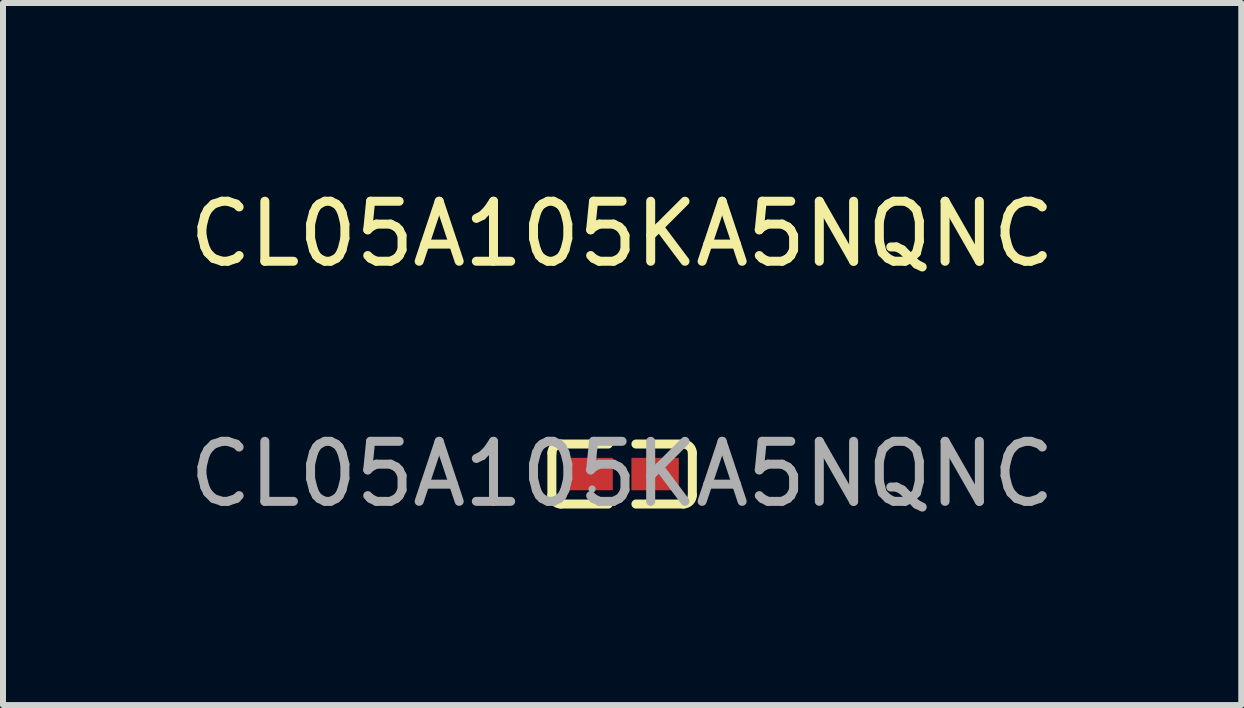
<source format=kicad_pcb>
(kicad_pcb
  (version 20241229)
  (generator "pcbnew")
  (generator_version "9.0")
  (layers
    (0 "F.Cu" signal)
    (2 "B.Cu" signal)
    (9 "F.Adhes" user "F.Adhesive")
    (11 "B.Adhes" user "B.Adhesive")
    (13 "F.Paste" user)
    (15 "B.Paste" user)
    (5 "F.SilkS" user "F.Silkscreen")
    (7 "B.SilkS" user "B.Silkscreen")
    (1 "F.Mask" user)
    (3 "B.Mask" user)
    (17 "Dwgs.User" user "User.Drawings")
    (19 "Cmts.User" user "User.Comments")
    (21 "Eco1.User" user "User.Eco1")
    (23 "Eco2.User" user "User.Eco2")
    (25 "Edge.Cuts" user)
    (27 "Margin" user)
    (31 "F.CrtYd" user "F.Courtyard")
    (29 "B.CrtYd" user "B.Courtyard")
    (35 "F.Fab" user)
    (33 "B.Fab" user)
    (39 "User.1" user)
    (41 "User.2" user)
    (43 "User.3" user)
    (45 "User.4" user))
  (footprint "CL05A105KA5NQNC"
    (layer "F.Cu")
    (at 7.315 4.848)
    (property "Reference" "CL05A105KA5NQNC" (at 0 -4 0) (layer "F.SilkS") (effects (font (size 1 1) (thickness 0.15))))
    (attr smd)
    (fp_line (start -1.17 0.35) (end -1.17 -0.35) (stroke (width 0.15) (type solid)) (layer "F.SilkS"))
    (fp_line (start -1.02 -0.5) (end -0.23 -0.5) (stroke (width 0.15) (type solid)) (layer "F.SilkS"))
    (fp_line (start -0.23 0.5) (end -1.02 0.5) (stroke (width 0.15) (type solid)) (layer "F.SilkS"))
    (fp_line (start 0.23 0.5) (end 1.02 0.5) (stroke (width 0.15) (type solid)) (layer "F.SilkS"))
    (fp_line (start 1.02 -0.5) (end 0.23 -0.5) (stroke (width 0.15) (type solid)) (layer "F.SilkS"))
    (fp_line (start 1.17 0.35) (end 1.17 -0.35) (stroke (width 0.15) (type solid)) (layer "F.SilkS"))
    (fp_arc (start -1.17 -0.35) (mid -1.126066 -0.456066) (end -1.02 -0.5) (stroke (width 0.15) (type solid)) (layer "F.SilkS"))
    (fp_arc (start -1.02 0.5) (mid -1.126066 0.456066) (end -1.17 0.35) (stroke (width 0.15) (type solid)) (layer "F.SilkS"))
    (fp_arc (start 1.02 -0.5) (mid 1.126066 -0.456066) (end 1.17 -0.35) (stroke (width 0.15) (type solid)) (layer "F.SilkS"))
    (fp_arc (start 1.17 0.35) (mid 1.126066 0.456066) (end 1.02 0.5) (stroke (width 0.15) (type solid)) (layer "F.SilkS"))
    (fp_circle (center -0.5 0.25) (end -0.47 0.25) (stroke (width 0.06) (type solid)) (fill no) (layer "F.Fab"))
    (fp_text user "${REFERENCE}" (at 0 0 0) (layer "F.Fab") (effects (font (size 1 1) (thickness 0.15))))
    (pad "1" smd rect (at -0.55 0) (size 0.79 0.54) (layers "F.Cu" "F.Mask" "F.Paste"))
    (pad "2" smd rect (at 0.55 0) (size 0.79 0.54) (layers "F.Cu" "F.Mask" "F.Paste")))
  (gr_rect
    (start -3 -3)
    (end 17.631 8.697)
    (stroke (width 0.1) (type default))
    (fill no)
    (layer "Edge.Cuts")))
</source>
